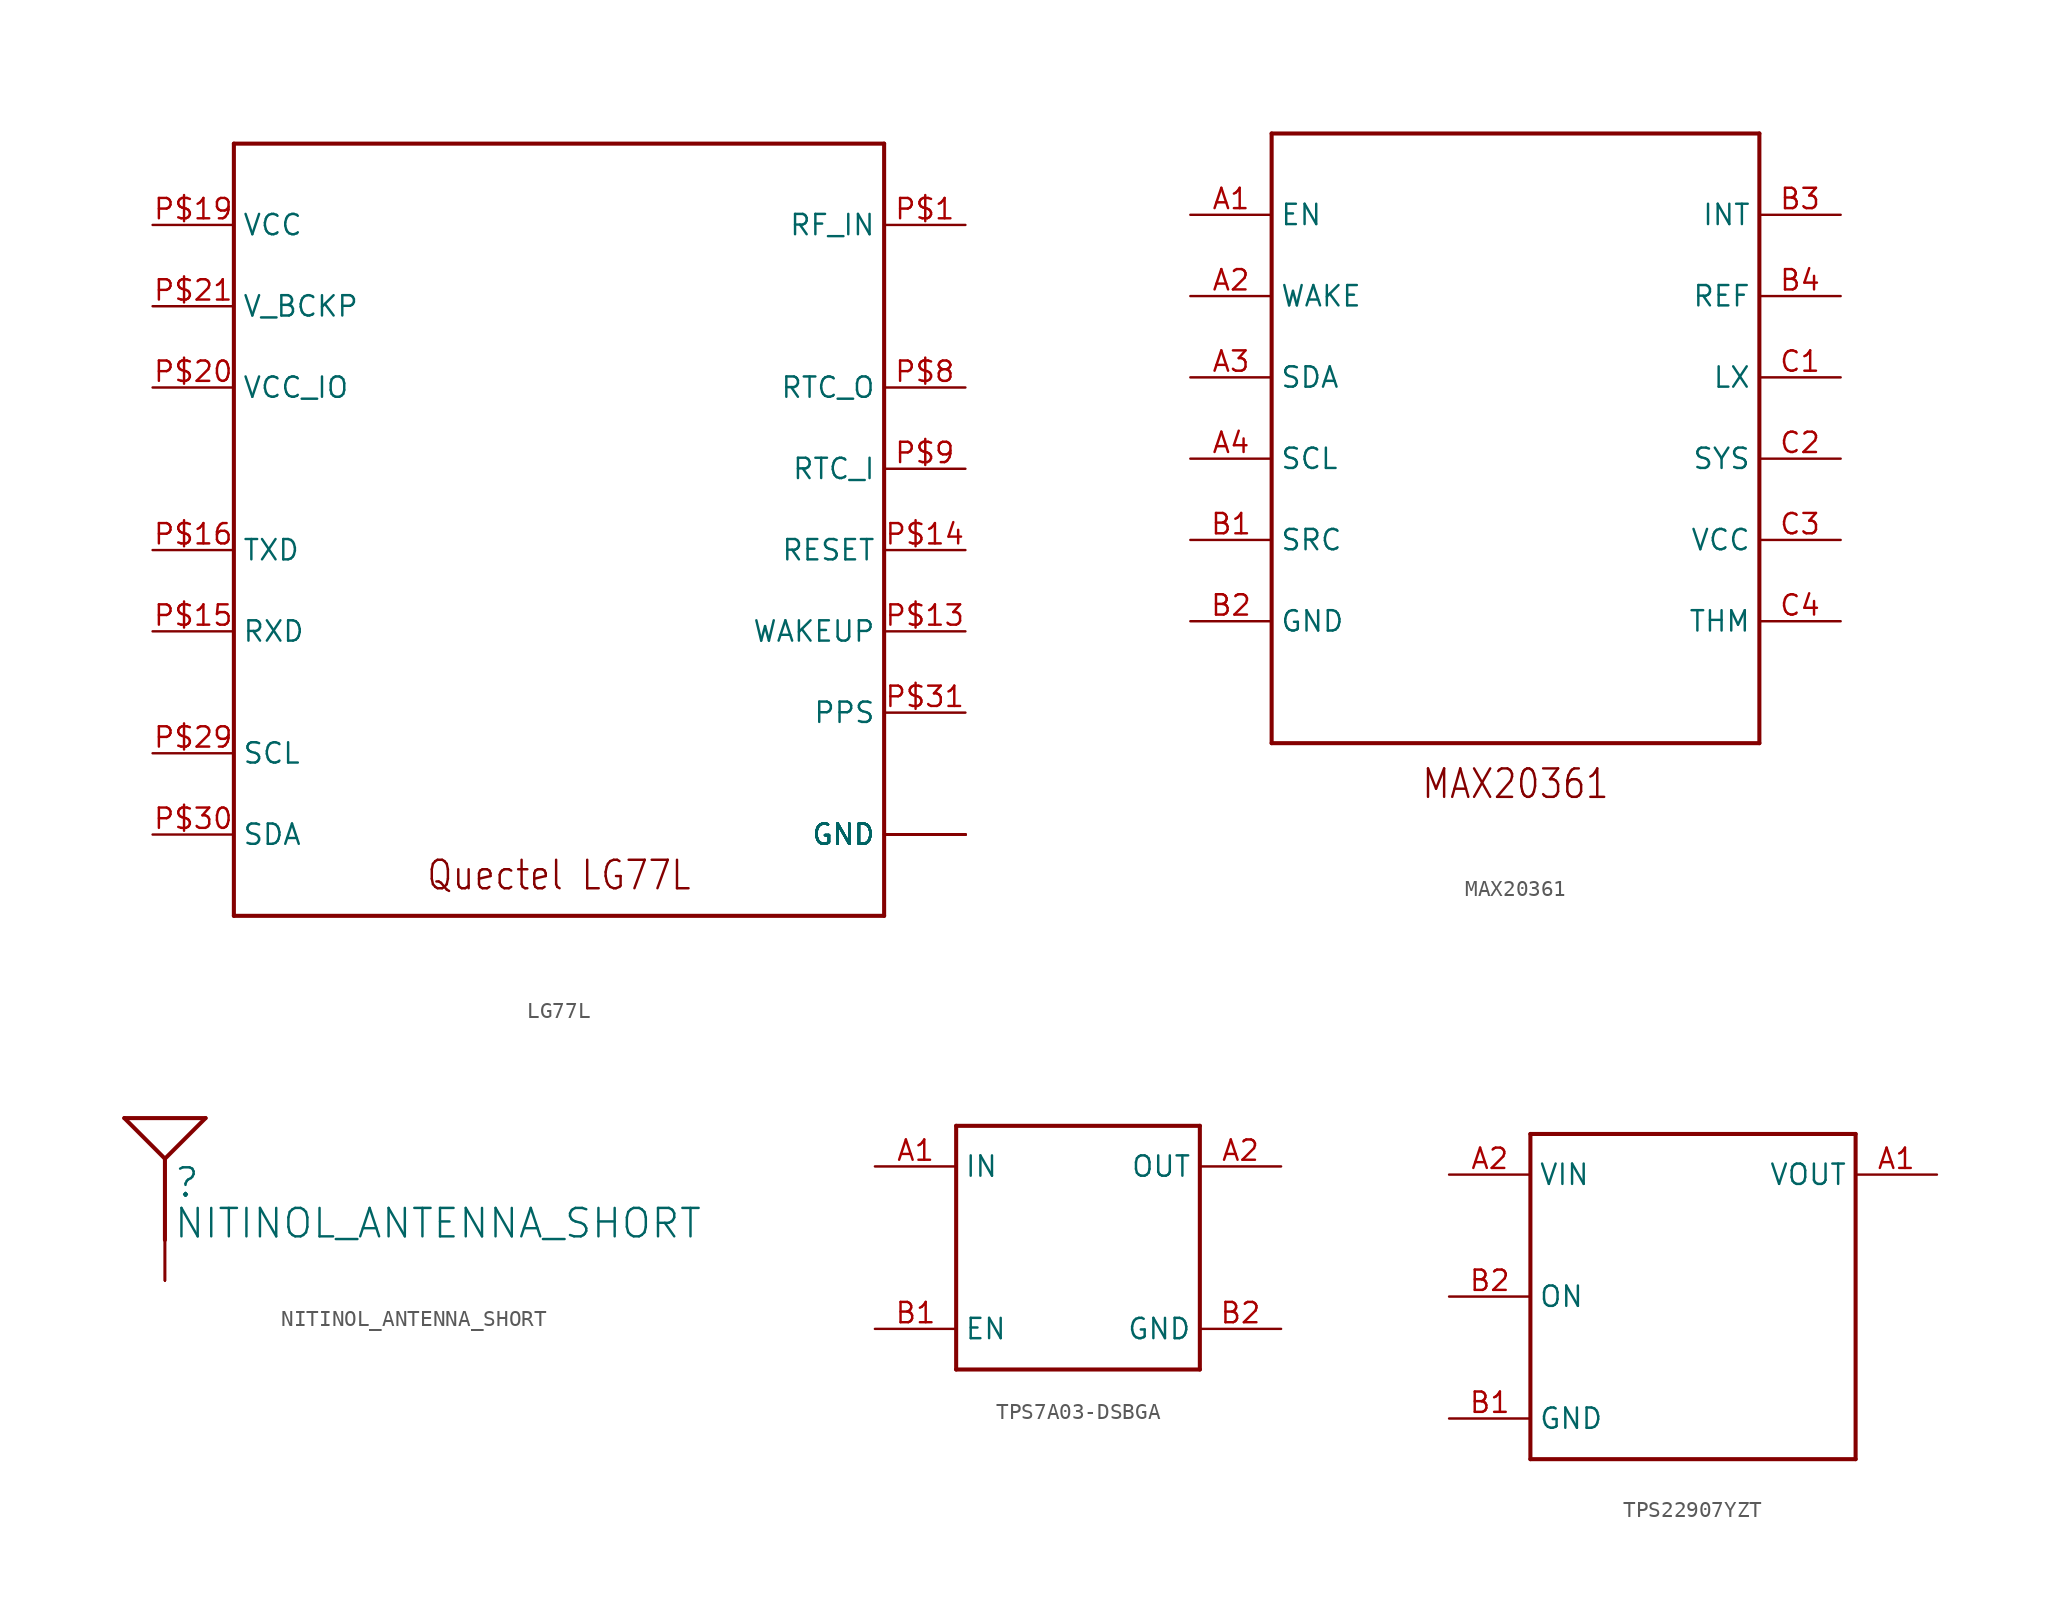
<source format=kicad_sym>
(kicad_symbol_lib
  (version 20211014)
  (generator kicad_symbol_editor)
  (symbol "LG77L"
    (property "Reference" ""
      (at 0 0 0)
      (effects (font (size 1.27 1.27)) hide))
    (property "ki_locked" ""
      (at 0 0 0)
      (effects (font (size 1.27 1.27))))
    (symbol "LG77L_1_0"
      (polyline (pts (xy -20.32 -22.86) (xy 20.32 -22.86)) (stroke (width 0.254) (type default) (color 0 0 0 0)) (fill (type none)))
      (polyline (pts (xy -20.32 25.4) (xy -20.32 -22.86)) (stroke (width 0.254) (type default) (color 0 0 0 0)) (fill (type none)))
      (polyline (pts (xy 20.32 -22.86) (xy 20.32 25.4)) (stroke (width 0.254) (type default) (color 0 0 0 0)) (fill (type none)))
      (polyline (pts (xy 20.32 25.4) (xy -20.32 25.4)) (stroke (width 0.254) (type default) (color 0 0 0 0)) (fill (type none)))
      (text "Quectel LG77L" (at 0 -20.32 0) (effects (font (size 1.778 1.511))))
      (pin bidirectional line (at 25.4 20.32 180) (length 5.08) (name "RF_IN" (effects (font (size 1.27 1.27)))) (number "P$1" (effects (font (size 1.27 1.27)))))
      (pin bidirectional line (at 25.4 -5.08 180) (length 5.08) (name "WAKEUP" (effects (font (size 1.27 1.27)))) (number "P$13" (effects (font (size 1.27 1.27)))))
      (pin bidirectional line (at 25.4 0 180) (length 5.08) (name "RESET" (effects (font (size 1.27 1.27)))) (number "P$14" (effects (font (size 1.27 1.27)))))
      (pin bidirectional line (at -25.4 -5.08 0) (length 5.08) (name "RXD" (effects (font (size 1.27 1.27)))) (number "P$15" (effects (font (size 1.27 1.27)))))
      (pin bidirectional line (at -25.4 0 0) (length 5.08) (name "TXD" (effects (font (size 1.27 1.27)))) (number "P$16" (effects (font (size 1.27 1.27)))))
      (pin bidirectional line (at 25.4 -17.78 180) (length 5.08) (name "GND" (effects (font (size 1.27 1.27)))) (number "P$18" (effects (font (size 0 0)))))
      (pin bidirectional line (at -25.4 20.32 0) (length 5.08) (name "VCC" (effects (font (size 1.27 1.27)))) (number "P$19" (effects (font (size 1.27 1.27)))))
      (pin bidirectional line (at 25.4 -17.78 180) (length 5.08) (name "GND" (effects (font (size 1.27 1.27)))) (number "P$2" (effects (font (size 0 0)))))
      (pin bidirectional line (at -25.4 10.16 0) (length 5.08) (name "VCC_IO" (effects (font (size 1.27 1.27)))) (number "P$20" (effects (font (size 1.27 1.27)))))
      (pin bidirectional line (at -25.4 15.24 0) (length 5.08) (name "V_BCKP" (effects (font (size 1.27 1.27)))) (number "P$21" (effects (font (size 1.27 1.27)))))
      (pin bidirectional line (at -25.4 -12.7 0) (length 5.08) (name "SCL" (effects (font (size 1.27 1.27)))) (number "P$29" (effects (font (size 1.27 1.27)))))
      (pin bidirectional line (at -25.4 -17.78 0) (length 5.08) (name "SDA" (effects (font (size 1.27 1.27)))) (number "P$30" (effects (font (size 1.27 1.27)))))
      (pin bidirectional line (at 25.4 -10.16 180) (length 5.08) (name "PPS" (effects (font (size 1.27 1.27)))) (number "P$31" (effects (font (size 1.27 1.27)))))
      (pin bidirectional line (at 25.4 -17.78 180) (length 5.08) (name "GND" (effects (font (size 1.27 1.27)))) (number "P$37" (effects (font (size 0 0)))))
      (pin bidirectional line (at 25.4 -17.78 180) (length 5.08) (name "GND" (effects (font (size 1.27 1.27)))) (number "P$38" (effects (font (size 0 0)))))
      (pin bidirectional line (at 25.4 -17.78 180) (length 5.08) (name "GND" (effects (font (size 1.27 1.27)))) (number "P$39" (effects (font (size 0 0)))))
      (pin bidirectional line (at 25.4 -17.78 180) (length 5.08) (name "GND" (effects (font (size 1.27 1.27)))) (number "P$40" (effects (font (size 0 0)))))
      (pin bidirectional line (at 25.4 -17.78 180) (length 5.08) (name "GND" (effects (font (size 1.27 1.27)))) (number "P$41" (effects (font (size 0 0)))))
      (pin bidirectional line (at 25.4 -17.78 180) (length 5.08) (name "GND" (effects (font (size 1.27 1.27)))) (number "P$42" (effects (font (size 0 0)))))
      (pin bidirectional line (at 25.4 -17.78 180) (length 5.08) (name "GND" (effects (font (size 1.27 1.27)))) (number "P$43" (effects (font (size 0 0)))))
      (pin bidirectional line (at 25.4 10.16 180) (length 5.08) (name "RTC_O" (effects (font (size 1.27 1.27)))) (number "P$8" (effects (font (size 1.27 1.27)))))
      (pin bidirectional line (at 25.4 5.08 180) (length 5.08) (name "RTC_I" (effects (font (size 1.27 1.27)))) (number "P$9" (effects (font (size 1.27 1.27)))))))
  (symbol "MAX20361"
    (property "Reference" ""
      (at 0 0 0)
      (effects (font (size 1.27 1.27)) hide))
    (property "ki_locked" ""
      (at 0 0 0)
      (effects (font (size 1.27 1.27))))
    (symbol "MAX20361_1_0"
      (polyline (pts (xy -15.24 -17.78) (xy 15.24 -17.78)) (stroke (width 0.254) (type default) (color 0 0 0 0)) (fill (type none)))
      (polyline (pts (xy -15.24 20.32) (xy -15.24 -17.78)) (stroke (width 0.254) (type default) (color 0 0 0 0)) (fill (type none)))
      (polyline (pts (xy 15.24 -17.78) (xy 15.24 20.32)) (stroke (width 0.254) (type default) (color 0 0 0 0)) (fill (type none)))
      (polyline (pts (xy 15.24 20.32) (xy -15.24 20.32)) (stroke (width 0.254) (type default) (color 0 0 0 0)) (fill (type none)))
      (text "MAX20361" (at 0 -20.32 0) (effects (font (size 1.778 1.511))))
      (pin bidirectional line (at -20.32 15.24 0) (length 5.08) (name "EN" (effects (font (size 1.27 1.27)))) (number "A1" (effects (font (size 1.27 1.27)))))
      (pin bidirectional line (at -20.32 10.16 0) (length 5.08) (name "WAKE" (effects (font (size 1.27 1.27)))) (number "A2" (effects (font (size 1.27 1.27)))))
      (pin bidirectional line (at -20.32 5.08 0) (length 5.08) (name "SDA" (effects (font (size 1.27 1.27)))) (number "A3" (effects (font (size 1.27 1.27)))))
      (pin bidirectional line (at -20.32 0 0) (length 5.08) (name "SCL" (effects (font (size 1.27 1.27)))) (number "A4" (effects (font (size 1.27 1.27)))))
      (pin bidirectional line (at -20.32 -5.08 0) (length 5.08) (name "SRC" (effects (font (size 1.27 1.27)))) (number "B1" (effects (font (size 1.27 1.27)))))
      (pin bidirectional line (at -20.32 -10.16 0) (length 5.08) (name "GND" (effects (font (size 1.27 1.27)))) (number "B2" (effects (font (size 1.27 1.27)))))
      (pin bidirectional line (at 20.32 15.24 180) (length 5.08) (name "INT" (effects (font (size 1.27 1.27)))) (number "B3" (effects (font (size 1.27 1.27)))))
      (pin bidirectional line (at 20.32 10.16 180) (length 5.08) (name "REF" (effects (font (size 1.27 1.27)))) (number "B4" (effects (font (size 1.27 1.27)))))
      (pin bidirectional line (at 20.32 5.08 180) (length 5.08) (name "LX" (effects (font (size 1.27 1.27)))) (number "C1" (effects (font (size 1.27 1.27)))))
      (pin bidirectional line (at 20.32 0 180) (length 5.08) (name "SYS" (effects (font (size 1.27 1.27)))) (number "C2" (effects (font (size 1.27 1.27)))))
      (pin bidirectional line (at 20.32 -5.08 180) (length 5.08) (name "VCC" (effects (font (size 1.27 1.27)))) (number "C3" (effects (font (size 1.27 1.27)))))
      (pin bidirectional line (at 20.32 -10.16 180) (length 5.08) (name "THM" (effects (font (size 1.27 1.27)))) (number "C4" (effects (font (size 1.27 1.27)))))))
  (symbol "NITINOL_ANTENNA_SHORT"
    (property "Reference" ""
      (at 0.508 0 0)
      (effects (font (size 1.778 1.778)) (justify left bottom)))
    (property "Value" "NITINOL_ANTENNA_SHORT"
      (at 0.508 -2.54 0)
      (effects (font (size 1.778 1.778)) (justify left bottom)))
    (property "ki_locked" ""
      (at 0 0 0)
      (effects (font (size 1.27 1.27))))
    (symbol "NITINOL_ANTENNA_SHORT_1_0"
      (polyline (pts (xy -2.54 5.08) (xy 2.54 5.08)) (stroke (width 0.254) (type default) (color 0 0 0 0)) (fill (type none)))
      (polyline (pts (xy 0 2.54) (xy -2.54 5.08)) (stroke (width 0.254) (type default) (color 0 0 0 0)) (fill (type none)))
      (polyline (pts (xy 0 2.54) (xy 0 -2.54)) (stroke (width 0.254) (type default) (color 0 0 0 0)) (fill (type none)))
      (polyline (pts (xy 0 2.54) (xy 2.54 5.08)) (stroke (width 0.254) (type default) (color 0 0 0 0)) (fill (type none)))
      (pin bidirectional line (at 0 -5.08 90) (length 2.54) (name "SIGNAL" (effects (font (size 0 0)))) (number "1" (effects (font (size 0 0)))))
      (pin bidirectional line (at 0 -5.08 90) (length 2.54) (name "SIGNAL" (effects (font (size 0 0)))) (number "2" (effects (font (size 0 0)))))
      (pin bidirectional line (at 0 -5.08 90) (length 2.54) (name "SIGNAL" (effects (font (size 0 0)))) (number "3" (effects (font (size 0 0)))))))
  (symbol "TPS7A03-DSBGA"
    (property "Reference" ""
      (at 0 0 0)
      (effects (font (size 1.27 1.27)) hide))
    (property "ki_locked" ""
      (at 0 0 0)
      (effects (font (size 1.27 1.27))))
    (symbol "TPS7A03-DSBGA_1_0"
      (polyline (pts (xy -7.62 -7.62) (xy 7.62 -7.62)) (stroke (width 0.254) (type default) (color 0 0 0 0)) (fill (type none)))
      (polyline (pts (xy -7.62 7.62) (xy -7.62 -7.62)) (stroke (width 0.254) (type default) (color 0 0 0 0)) (fill (type none)))
      (polyline (pts (xy 7.62 -7.62) (xy 7.62 7.62)) (stroke (width 0.254) (type default) (color 0 0 0 0)) (fill (type none)))
      (polyline (pts (xy 7.62 7.62) (xy -7.62 7.62)) (stroke (width 0.254) (type default) (color 0 0 0 0)) (fill (type none)))
      (pin bidirectional line (at -12.7 5.08 0) (length 5.08) (name "IN" (effects (font (size 1.27 1.27)))) (number "A1" (effects (font (size 1.27 1.27)))))
      (pin bidirectional line (at 12.7 5.08 180) (length 5.08) (name "OUT" (effects (font (size 1.27 1.27)))) (number "A2" (effects (font (size 1.27 1.27)))))
      (pin bidirectional line (at -12.7 -5.08 0) (length 5.08) (name "EN" (effects (font (size 1.27 1.27)))) (number "B1" (effects (font (size 1.27 1.27)))))
      (pin bidirectional line (at 12.7 -5.08 180) (length 5.08) (name "GND" (effects (font (size 1.27 1.27)))) (number "B2" (effects (font (size 1.27 1.27)))))))
  (symbol "TPS22907YZT"
    (property "Reference" ""
      (at 0 0 0)
      (effects (font (size 1.27 1.27)) hide))
    (property "ki_locked" ""
      (at 0 0 0)
      (effects (font (size 1.27 1.27))))
    (symbol "TPS22907YZT_1_0"
      (polyline (pts (xy -10.16 -10.16) (xy 10.16 -10.16)) (stroke (width 0.254) (type default) (color 0 0 0 0)) (fill (type none)))
      (polyline (pts (xy -10.16 10.16) (xy -10.16 -10.16)) (stroke (width 0.254) (type default) (color 0 0 0 0)) (fill (type none)))
      (polyline (pts (xy 10.16 -10.16) (xy 10.16 10.16)) (stroke (width 0.254) (type default) (color 0 0 0 0)) (fill (type none)))
      (polyline (pts (xy 10.16 10.16) (xy -10.16 10.16)) (stroke (width 0.254) (type default) (color 0 0 0 0)) (fill (type none)))
      (pin bidirectional line (at 15.24 7.62 180) (length 5.08) (name "VOUT" (effects (font (size 1.27 1.27)))) (number "A1" (effects (font (size 1.27 1.27)))))
      (pin bidirectional line (at -15.24 7.62 0) (length 5.08) (name "VIN" (effects (font (size 1.27 1.27)))) (number "A2" (effects (font (size 1.27 1.27)))))
      (pin bidirectional line (at -15.24 -7.62 0) (length 5.08) (name "GND" (effects (font (size 1.27 1.27)))) (number "B1" (effects (font (size 1.27 1.27)))))
      (pin bidirectional line (at -15.24 0 0) (length 5.08) (name "ON" (effects (font (size 1.27 1.27)))) (number "B2" (effects (font (size 1.27 1.27))))))))
</source>
